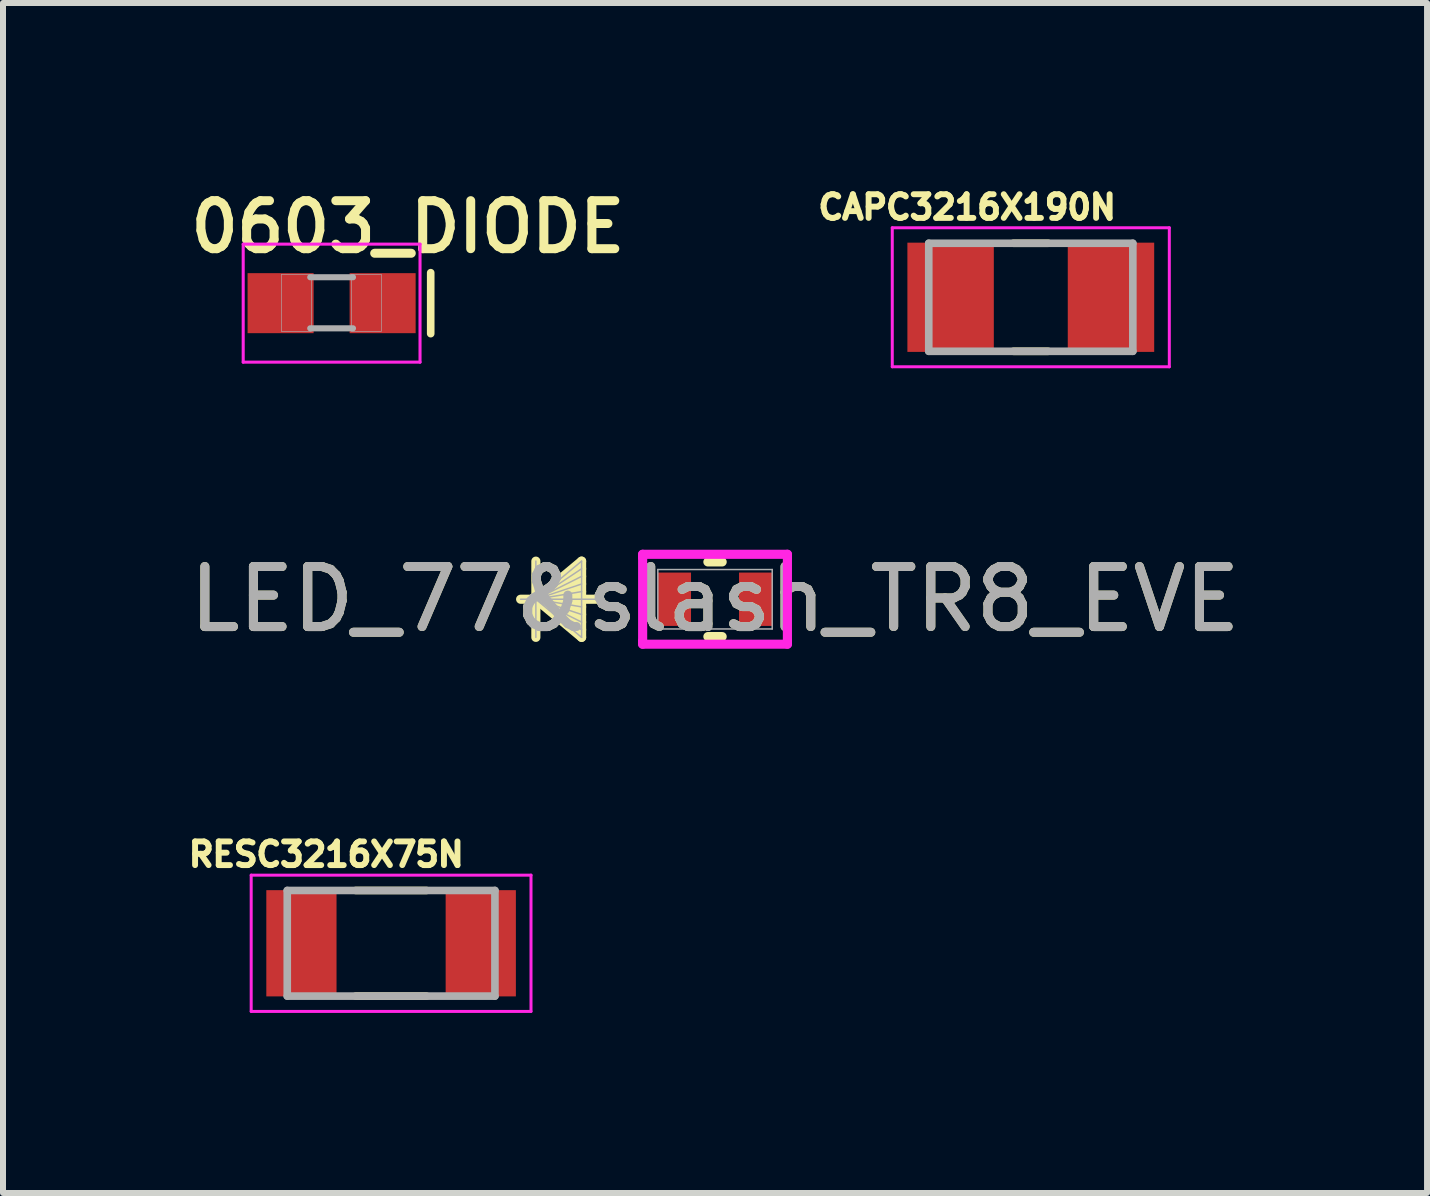
<source format=kicad_pcb>
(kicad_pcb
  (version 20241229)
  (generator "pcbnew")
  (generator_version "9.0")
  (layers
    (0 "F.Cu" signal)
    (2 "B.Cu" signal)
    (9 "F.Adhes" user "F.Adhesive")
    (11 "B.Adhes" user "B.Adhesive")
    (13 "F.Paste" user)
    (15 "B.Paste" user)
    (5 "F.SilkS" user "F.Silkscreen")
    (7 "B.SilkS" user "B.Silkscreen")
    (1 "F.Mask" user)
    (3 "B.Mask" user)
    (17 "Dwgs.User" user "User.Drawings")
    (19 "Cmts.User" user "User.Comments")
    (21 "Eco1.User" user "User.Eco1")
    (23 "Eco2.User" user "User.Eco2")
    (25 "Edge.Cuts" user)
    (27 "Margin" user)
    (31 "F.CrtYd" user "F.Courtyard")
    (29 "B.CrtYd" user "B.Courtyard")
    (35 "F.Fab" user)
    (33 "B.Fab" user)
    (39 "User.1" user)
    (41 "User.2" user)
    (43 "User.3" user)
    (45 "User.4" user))
  (footprint "CAPC3216X190N"
    (layer "F.Cu")
    (at 14.124 1.903)
    (property "Reference" "CAPC3216X190N" (at -1.06 -1.5 0) (layer "F.SilkS") (effects (font (size 0.394 0.394) (thickness 0.15))))
    (attr smd)
    (fp_line (start -0.29 -0.9) (end 0.29 -0.9) (stroke (width 0.127) (type solid)) (layer "F.SilkS"))
    (fp_line (start -0.29 0.9) (end 0.29 0.9) (stroke (width 0.127) (type solid)) (layer "F.SilkS"))
    (fp_line (start -2.308 -1.158) (end 2.308 -1.158) (stroke (width 0.05) (type solid)) (layer "F.CrtYd"))
    (fp_line (start -2.308 1.158) (end -2.308 -1.158) (stroke (width 0.05) (type solid)) (layer "F.CrtYd"))
    (fp_line (start -2.308 1.158) (end 2.308 1.158) (stroke (width 0.05) (type solid)) (layer "F.CrtYd"))
    (fp_line (start 2.308 1.158) (end 2.308 -1.158) (stroke (width 0.05) (type solid)) (layer "F.CrtYd"))
    (fp_line (start -1.7 0.9) (end -1.7 -0.9) (stroke (width 0.127) (type solid)) (layer "F.Fab"))
    (fp_line (start 1.7 -0.9) (end -1.7 -0.9) (stroke (width 0.127) (type solid)) (layer "F.Fab"))
    (fp_line (start 1.7 0.9) (end -1.7 0.9) (stroke (width 0.127) (type solid)) (layer "F.Fab"))
    (fp_line (start 1.7 0.9) (end 1.7 -0.9) (stroke (width 0.127) (type solid)) (layer "F.Fab"))
    (pad "1" smd rect (at -1.336 0) (size 1.44 1.82) (layers "F.Cu" "F.Mask" "F.Paste"))
    (pad "2" smd rect (at 1.336 0) (size 1.44 1.82) (layers "F.Cu" "F.Mask" "F.Paste")))
  (footprint "LED_77&slash_TR8_EVE"
    (layer "F.Cu")
    (at 8.863 6.934)
    (property "Reference" "LED_77&slash_TR8_EVE" (at 0 0 0) (unlocked yes) (layer "F.SilkS") (effects (font (size 1 1) (thickness 0.15))))
    (attr smd)
    (fp_line (start -2.985 -0.635) (end -2.985 0.635) (stroke (width 0.152) (type solid)) (layer "F.SilkS"))
    (fp_line (start -2.985 0) (end -2.223 -0.635) (stroke (width 0.152) (type solid)) (layer "F.SilkS"))
    (fp_line (start -2.985 0) (end -2.223 -0.508) (stroke (width 0.152) (type solid)) (layer "F.SilkS"))
    (fp_line (start -2.985 0) (end -2.223 -0.381) (stroke (width 0.152) (type solid)) (layer "F.SilkS"))
    (fp_line (start -2.985 0) (end -2.223 -0.254) (stroke (width 0.152) (type solid)) (layer "F.SilkS"))
    (fp_line (start -2.985 0) (end -2.223 -0.127) (stroke (width 0.152) (type solid)) (layer "F.SilkS"))
    (fp_line (start -2.985 0) (end -2.223 0.127) (stroke (width 0.152) (type solid)) (layer "F.SilkS"))
    (fp_line (start -2.985 0) (end -2.223 0.254) (stroke (width 0.152) (type solid)) (layer "F.SilkS"))
    (fp_line (start -2.985 0) (end -2.223 0.381) (stroke (width 0.152) (type solid)) (layer "F.SilkS"))
    (fp_line (start -2.985 0) (end -2.223 0.508) (stroke (width 0.152) (type solid)) (layer "F.SilkS"))
    (fp_line (start -2.985 0) (end -2.223 0.635) (stroke (width 0.152) (type solid)) (layer "F.SilkS"))
    (fp_line (start -2.223 -0.635) (end -2.223 0.635) (stroke (width 0.152) (type solid)) (layer "F.SilkS"))
    (fp_line (start -1.968 0) (end -3.239 0) (stroke (width 0.152) (type solid)) (layer "F.SilkS"))
    (fp_line (start -0.119 0.622) (end 0.119 0.622) (stroke (width 0.152) (type solid)) (layer "F.SilkS"))
    (fp_line (start 0.119 -0.622) (end -0.119 -0.622) (stroke (width 0.152) (type solid)) (layer "F.SilkS"))
    (fp_line (start -1.206 -0.749) (end 1.206 -0.749) (stroke (width 0.152) (type solid)) (layer "F.CrtYd"))
    (fp_line (start -1.206 -0.699) (end -1.206 -0.749) (stroke (width 0.152) (type solid)) (layer "F.CrtYd"))
    (fp_line (start -1.206 -0.699) (end -1.206 -0.699) (stroke (width 0.152) (type solid)) (layer "F.CrtYd"))
    (fp_line (start -1.206 0.699) (end -1.206 -0.699) (stroke (width 0.152) (type solid)) (layer "F.CrtYd"))
    (fp_line (start -1.206 0.699) (end -1.206 0.699) (stroke (width 0.152) (type solid)) (layer "F.CrtYd"))
    (fp_line (start -1.206 0.749) (end -1.206 0.699) (stroke (width 0.152) (type solid)) (layer "F.CrtYd"))
    (fp_line (start 1.206 -0.749) (end 1.206 -0.699) (stroke (width 0.152) (type solid)) (layer "F.CrtYd"))
    (fp_line (start 1.206 -0.699) (end 1.206 -0.699) (stroke (width 0.152) (type solid)) (layer "F.CrtYd"))
    (fp_line (start 1.206 -0.699) (end 1.206 0.699) (stroke (width 0.152) (type solid)) (layer "F.CrtYd"))
    (fp_line (start 1.206 0.699) (end 1.206 0.699) (stroke (width 0.152) (type solid)) (layer "F.CrtYd"))
    (fp_line (start 1.206 0.699) (end 1.206 0.749) (stroke (width 0.152) (type solid)) (layer "F.CrtYd"))
    (fp_line (start 1.206 0.749) (end -1.206 0.749) (stroke (width 0.152) (type solid)) (layer "F.CrtYd"))
    (fp_line (start -2.985 -0.635) (end -2.985 0.635) (stroke (width 0.025) (type solid)) (layer "F.Fab"))
    (fp_line (start -2.985 0) (end -2.223 -0.635) (stroke (width 0.025) (type solid)) (layer "F.Fab"))
    (fp_line (start -2.985 0) (end -2.223 -0.508) (stroke (width 0.025) (type solid)) (layer "F.Fab"))
    (fp_line (start -2.985 0) (end -2.223 -0.381) (stroke (width 0.025) (type solid)) (layer "F.Fab"))
    (fp_line (start -2.985 0) (end -2.223 -0.254) (stroke (width 0.025) (type solid)) (layer "F.Fab"))
    (fp_line (start -2.985 0) (end -2.223 -0.127) (stroke (width 0.025) (type solid)) (layer "F.Fab"))
    (fp_line (start -2.985 0) (end -2.223 0.127) (stroke (width 0.025) (type solid)) (layer "F.Fab"))
    (fp_line (start -2.985 0) (end -2.223 0.254) (stroke (width 0.025) (type solid)) (layer "F.Fab"))
    (fp_line (start -2.985 0) (end -2.223 0.381) (stroke (width 0.025) (type solid)) (layer "F.Fab"))
    (fp_line (start -2.985 0) (end -2.223 0.508) (stroke (width 0.025) (type solid)) (layer "F.Fab"))
    (fp_line (start -2.985 0) (end -2.223 0.635) (stroke (width 0.025) (type solid)) (layer "F.Fab"))
    (fp_line (start -2.223 -0.635) (end -2.223 0.635) (stroke (width 0.025) (type solid)) (layer "F.Fab"))
    (fp_line (start -1.968 0) (end -3.239 0) (stroke (width 0.025) (type solid)) (layer "F.Fab"))
    (fp_line (start -0.953 -0.495) (end -0.953 0.495) (stroke (width 0.025) (type solid)) (layer "F.Fab"))
    (fp_line (start -0.953 0.495) (end 0.953 0.495) (stroke (width 0.025) (type solid)) (layer "F.Fab"))
    (fp_line (start 0.953 -0.495) (end -0.953 -0.495) (stroke (width 0.025) (type solid)) (layer "F.Fab"))
    (fp_line (start 0.953 0.495) (end 0.953 -0.495) (stroke (width 0.025) (type solid)) (layer "F.Fab"))
    (fp_text user "${REFERENCE}" (at 0 0 0) (unlocked yes) (layer "F.Fab") (effects (font (size 1 1) (thickness 0.15))))
    (pad "1" smd rect (at -0.676 0) (size 0.552 0.889) (layers "F.Cu" "F.Mask" "F.Paste"))
    (pad "2" smd rect (at 0.676 0) (size 0.552 0.889) (layers "F.Cu" "F.Mask" "F.Paste"))
    (zone (net_name "") (layer "F.Cu") (hatch full 0.508) (connect_pads) (min_thickness 0.254) (filled_areas_thickness no) (keepout (tracks not_allowed) (vias not_allowed) (pads allowed) (copperpour not_allowed) (footprints allowed)) (placement (enabled no)) (fill) (polygon (pts (xy 8.514 6.49) (xy 9.212 6.49) (xy 9.212 7.379) (xy 8.514 7.379)))))
  (footprint "0603_DIODE"
    (layer "F.Cu")
    (at 2.475 2.001)
    (property "Reference" "0603_DIODE" (at 1.27 -1.27 0) (layer "F.SilkS") (effects (font (size 0.8 0.8) (thickness 0.15))))
    (attr smd)
    (fp_line (start 1.651 -0.508) (end 1.651 0.508) (stroke (width 0.127) (type solid)) (layer "F.SilkS"))
    (fp_line (start -1.473 -0.983) (end 1.473 -0.983) (stroke (width 0.051) (type solid)) (layer "F.CrtYd"))
    (fp_line (start -1.473 0.983) (end -1.473 -0.983) (stroke (width 0.051) (type solid)) (layer "F.CrtYd"))
    (fp_line (start 1.473 -0.983) (end 1.473 0.983) (stroke (width 0.051) (type solid)) (layer "F.CrtYd"))
    (fp_line (start 1.473 0.983) (end -1.473 0.983) (stroke (width 0.051) (type solid)) (layer "F.CrtYd"))
    (fp_line (start -0.356 -0.432) (end 0.356 -0.432) (stroke (width 0.102) (type solid)) (layer "F.Fab"))
    (fp_line (start -0.356 0.419) (end 0.356 0.419) (stroke (width 0.102) (type solid)) (layer "F.Fab"))
    (fp_poly (pts (xy -0.838 -0.48) (xy -0.338 -0.48) (xy -0.338 0.47) (xy -0.838 0.47)) (stroke (width 0.01) (type solid)) (fill no) (layer "F.Fab"))
    (fp_poly (pts (xy 0.33 -0.48) (xy 0.83 -0.48) (xy 0.83 0.47) (xy 0.33 0.47)) (stroke (width 0.01) (type solid)) (fill no) (layer "F.Fab"))
    (pad "A" smd rect (at -0.85 0) (size 1.1 1) (layers "F.Cu" "F.Mask" "F.Paste"))
    (pad "K" smd rect (at 0.85 0) (size 1.1 1) (layers "F.Cu" "F.Mask" "F.Paste")))
  (footprint "RESC3216X75N"
    (layer "F.Cu")
    (at 3.466 12.666)
    (property "Reference" "RESC3216X75N" (at -1.08 -1.48 0) (layer "F.SilkS") (effects (font (size 0.394 0.394) (thickness 0.15))))
    (attr smd)
    (fp_line (start -0.59 -0.88) (end 0.59 -0.88) (stroke (width 0.127) (type solid)) (layer "F.SilkS"))
    (fp_line (start -0.59 0.88) (end 0.59 0.88) (stroke (width 0.127) (type solid)) (layer "F.SilkS"))
    (fp_line (start -2.331 -1.135) (end 2.331 -1.135) (stroke (width 0.05) (type solid)) (layer "F.CrtYd"))
    (fp_line (start -2.331 1.135) (end -2.331 -1.135) (stroke (width 0.05) (type solid)) (layer "F.CrtYd"))
    (fp_line (start -2.331 1.135) (end 2.331 1.135) (stroke (width 0.05) (type solid)) (layer "F.CrtYd"))
    (fp_line (start 2.331 1.135) (end 2.331 -1.135) (stroke (width 0.05) (type solid)) (layer "F.CrtYd"))
    (fp_line (start -1.73 0.88) (end -1.73 -0.88) (stroke (width 0.127) (type solid)) (layer "F.Fab"))
    (fp_line (start 1.73 -0.88) (end -1.73 -0.88) (stroke (width 0.127) (type solid)) (layer "F.Fab"))
    (fp_line (start 1.73 0.88) (end -1.73 0.88) (stroke (width 0.127) (type solid)) (layer "F.Fab"))
    (fp_line (start 1.73 0.88) (end 1.73 -0.88) (stroke (width 0.127) (type solid)) (layer "F.Fab"))
    (pad "1" smd rect (at -1.494 0) (size 1.17 1.77) (layers "F.Cu" "F.Mask" "F.Paste"))
    (pad "2" smd rect (at 1.494 0) (size 1.17 1.77) (layers "F.Cu" "F.Mask" "F.Paste")))
  (gr_rect
    (start -3 -3)
    (end 20.726 16.826)
    (stroke (width 0.1) (type default))
    (fill no)
    (layer "Edge.Cuts")))
</source>
